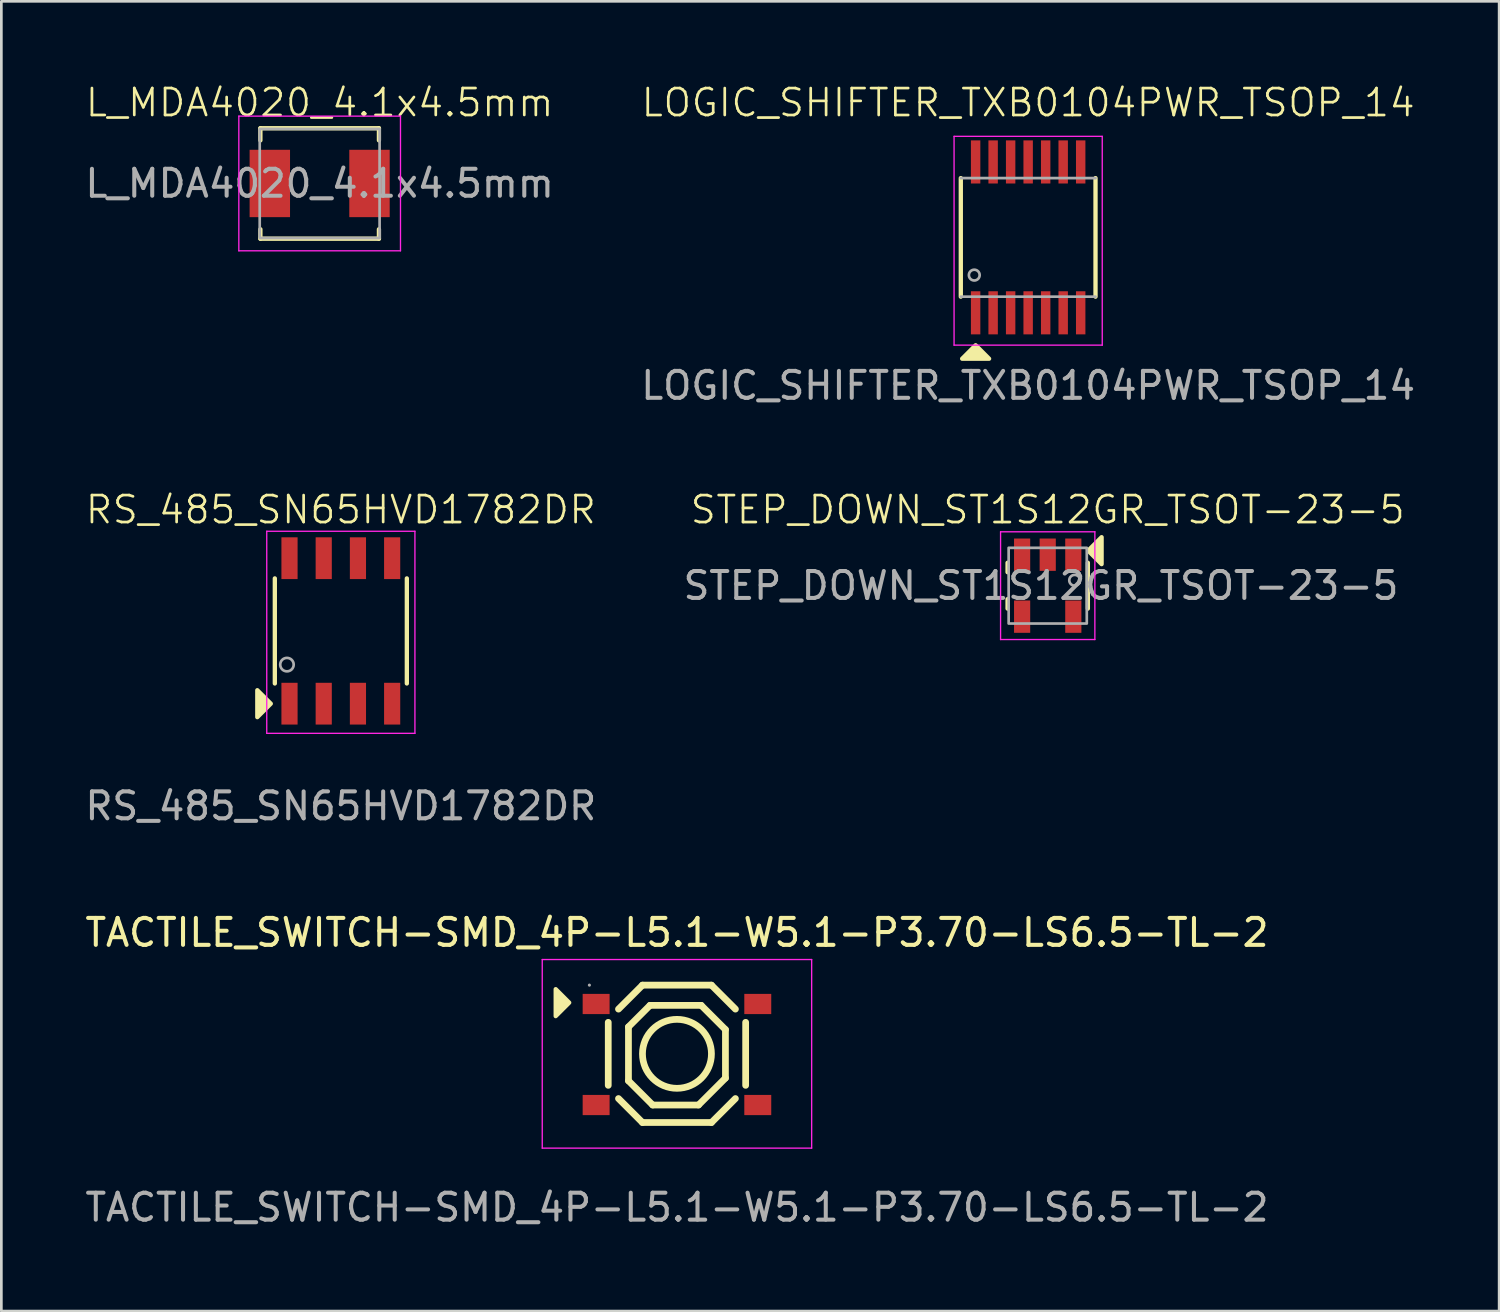
<source format=kicad_pcb>
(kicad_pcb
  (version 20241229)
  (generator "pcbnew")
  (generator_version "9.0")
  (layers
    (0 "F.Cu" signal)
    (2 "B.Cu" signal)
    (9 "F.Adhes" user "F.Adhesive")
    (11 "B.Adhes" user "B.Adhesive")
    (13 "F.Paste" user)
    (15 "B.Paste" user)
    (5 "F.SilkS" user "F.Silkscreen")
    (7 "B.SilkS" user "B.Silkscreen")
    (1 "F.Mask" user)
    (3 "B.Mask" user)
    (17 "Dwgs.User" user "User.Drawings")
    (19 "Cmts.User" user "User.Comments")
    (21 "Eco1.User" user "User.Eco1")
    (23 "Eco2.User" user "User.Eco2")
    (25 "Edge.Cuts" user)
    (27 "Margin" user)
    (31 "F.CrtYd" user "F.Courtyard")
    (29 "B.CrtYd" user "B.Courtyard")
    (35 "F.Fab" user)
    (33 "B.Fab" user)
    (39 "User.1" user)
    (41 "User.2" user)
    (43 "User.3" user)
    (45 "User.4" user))
  (footprint "RS_485_SN65HVD1782DR"
    (layer "F.Cu")
    (at 9.601 20.369)
    (property "Reference" "RS_485_SN65HVD1782DR" (at 0 -4.5 0) (unlocked yes) (layer "F.SilkS") (effects (font (size 1 1) (thickness 0.1))))
    (attr smd)
    (fp_line (start -2.45 -1.95) (end -2.45 1.95) (stroke (width 0.16) (type default)) (layer "F.SilkS"))
    (fp_line (start 2.45 -1.95) (end 2.45 1.95) (stroke (width 0.16) (type default)) (layer "F.SilkS"))
    (fp_poly (pts (xy -3.1 2.2) (xy -2.6 2.7) (xy -3.1 3.2)) (stroke (width 0.16) (type solid)) (fill yes) (layer "F.SilkS"))
    (fp_line (start -2.75 -3.7) (end 2.75 -3.7) (stroke (width 0.05) (type default)) (layer "F.CrtYd"))
    (fp_line (start -2.75 3.8) (end -2.75 -3.7) (stroke (width 0.05) (type default)) (layer "F.CrtYd"))
    (fp_line (start 2.75 -3.7) (end 2.75 3.8) (stroke (width 0.05) (type default)) (layer "F.CrtYd"))
    (fp_line (start 2.75 3.8) (end -2.75 3.8) (stroke (width 0.05) (type default)) (layer "F.CrtYd"))
    (fp_circle (center -2 1.25) (end -1.75 1.25) (stroke (width 0.1) (type default)) (fill no) (layer "F.Fab"))
    (fp_text user "${REFERENCE}" (at 0 6.5 0) (unlocked yes) (layer "F.Fab") (effects (font (size 1 1) (thickness 0.15))))
    (dimension (type aligned) (layer "User.1") (pts (xy 11.806 16.894) (xy 11.206 16.894)) (height 0.525) (format (prefix "") (suffix "") (units 3) (units_format 1) (precision 4)) (style (thickness 0.01) (arrow_length 0.01) (text_position_mode 2) (arrow_direction outward) (extension_height 0) (extension_offset 0) (keep_text_aligned yes)) (gr_text "0.6000 mm" (at 11.601 16.119 0) (layer "User.1") (effects (font (size 0.1 0.1) (thickness 0.15)))))
    (dimension (type aligned) (layer "User.1") (pts (xy 7.696 17.669) (xy 7.696 23.069)) (height 1.595) (format (prefix "") (suffix "") (units 3) (units_format 1) (precision 4)) (style (thickness 0.01) (arrow_length 0.01) (text_position_mode 2) (arrow_direction outward) (extension_height 0) (extension_offset 0) (keep_text_aligned yes)) (gr_text "5.4000 mm" (at 5.851 19.619 90) (layer "User.1") (effects (font (size 0.1 0.1) (thickness 0.15)))))
    (dimension (type aligned) (layer "User.1") (pts (xy 8.966 17.669) (xy 7.696 17.669)) (height 1.1) (format (prefix "") (suffix "") (units 3) (units_format 1) (precision 4)) (style (thickness 0.01) (arrow_length 0.01) (text_position_mode 2) (arrow_direction outward) (extension_height 0) (extension_offset 0) (keep_text_aligned yes)) (gr_text "1.2700 mm" (at 8.351 16.569 0) (layer "User.1") (effects (font (size 0.1 0.1) (thickness 0.15)))))
    (dimension (type aligned) (layer "User.1") (pts (xy 11.806 18.444) (xy 11.806 16.894)) (height 1.595) (format (prefix "") (suffix "") (units 3) (units_format 1) (precision 4)) (style (thickness 0.01) (arrow_length 0.01) (text_position_mode 2) (arrow_direction outward) (extension_height 0) (extension_offset 0) (keep_text_aligned yes)) (gr_text "1.5500 mm" (at 13.351 17.619 90) (layer "User.1") (effects (font (size 0.1 0.1) (thickness 0.15)))))
    (pad "1" smd rect (at -1.905 2.7) (size 0.6 1.55) (layers "F.Cu" "F.Mask" "F.Paste"))
    (pad "2" smd rect (at -0.635 2.7) (size 0.6 1.55) (layers "F.Cu" "F.Mask" "F.Paste"))
    (pad "3" smd rect (at 0.635 2.7) (size 0.6 1.55) (layers "F.Cu" "F.Mask" "F.Paste"))
    (pad "4" smd rect (at 1.905 2.7) (size 0.6 1.55) (layers "F.Cu" "F.Mask" "F.Paste"))
    (pad "5" smd rect (at 1.905 -2.7) (size 0.6 1.55) (layers "F.Cu" "F.Mask" "F.Paste"))
    (pad "6" smd rect (at 0.635 -2.7) (size 0.6 1.55) (layers "F.Cu" "F.Mask" "F.Paste"))
    (pad "7" smd rect (at -0.635 -2.7) (size 0.6 1.55) (layers "F.Cu" "F.Mask" "F.Paste"))
    (pad "8" smd rect (at -1.905 -2.7) (size 0.6 1.55) (layers "F.Cu" "F.Mask" "F.Paste")))
  (footprint "LOGIC_SHIFTER_TXB0104PWR_TSOP_14"
    (layer "F.Cu")
    (at 35.113 5.761)
    (property "Reference" "LOGIC_SHIFTER_TXB0104PWR_TSOP_14" (at 0 -5 0) (unlocked yes) (layer "F.SilkS") (effects (font (size 1 1) (thickness 0.1))))
    (attr smd)
    (fp_line (start -2.5 -2.2) (end -2.5 2.2) (stroke (width 0.16) (type default)) (layer "F.SilkS"))
    (fp_line (start 2.5 -2.2) (end 2.5 2.2) (stroke (width 0.16) (type default)) (layer "F.SilkS"))
    (fp_poly (pts (xy -2.45 4.504) (xy -1.95 4.004) (xy -1.45 4.504)) (stroke (width 0.16) (type solid)) (fill yes) (layer "F.SilkS"))
    (fp_line (start -2.75 -3.75) (end 2.75 -3.75) (stroke (width 0.05) (type default)) (layer "F.CrtYd"))
    (fp_line (start -2.75 4) (end -2.75 -3.75) (stroke (width 0.05) (type default)) (layer "F.CrtYd"))
    (fp_line (start 2.75 -3.75) (end 2.75 4) (stroke (width 0.05) (type default)) (layer "F.CrtYd"))
    (fp_line (start 2.75 4) (end -2.75 4) (stroke (width 0.05) (type default)) (layer "F.CrtYd"))
    (fp_line (start -2.5 -2.2) (end 2.5 -2.2) (stroke (width 0.1) (type default)) (layer "F.Fab"))
    (fp_line (start -2.5 2.2) (end 2.5 2.2) (stroke (width 0.1) (type default)) (layer "F.Fab"))
    (fp_circle (center -2 1.4) (end -1.8 1.4) (stroke (width 0.1) (type default)) (fill no) (layer "F.Fab"))
    (fp_text user "${REFERENCE}" (at 0 5.5 0) (unlocked yes) (layer "F.Fab") (effects (font (size 1 1) (thickness 0.15))))
    (dimension (type aligned) (layer "User.1") (pts (xy 33.163 2.961) (xy 33.163 8.56)) (height 1.05) (format (prefix "") (suffix "") (units 3) (units_format 1) (precision 4) (suppress_zeroes yes)) (style (thickness 0.01) (arrow_length 0.01) (text_position_mode 2) (arrow_direction outward) (extension_height 0) (extension_offset 0) (keep_text_aligned yes)) (gr_text "5.6 mm" (at 32.113 5.761 90) (layer "User.1") (effects (font (size 0.1 0.1) (thickness 0.15)))))
    (dimension (type aligned) (layer "User.1") (pts (xy 32.838 2.16) (xy 32.838 3.76)) (height 0.175) (format (prefix "") (suffix "") (units 3) (units_format 1) (precision 4) (suppress_zeroes yes)) (style (thickness 0.01) (arrow_length 0.01) (text_position_mode 2) (arrow_direction outward) (extension_height 0) (extension_offset 0) (keep_text_aligned yes)) (gr_text "1.6 mm" (at 32.663 2.861 90) (layer "User.1") (effects (font (size 0.1 0.1) (thickness 0.15)))))
    (dimension (type aligned) (layer "User.1") (pts (xy 34.463 3.061) (xy 35.113 3.061)) (height -1.2) (format (prefix "") (suffix "") (units 3) (units_format 1) (precision 2) (suppress_zeroes yes)) (style (thickness 0.01) (arrow_length 0.01) (text_position_mode 0) (arrow_direction outward) (extension_height 0) (extension_offset 0) (keep_text_aligned yes)) (gr_text "0.65 mm" (at 34.788 1.736 0) (layer "User.1") (effects (font (size 0.1 0.1) (thickness 0.15)))))
    (dimension (type aligned) (layer "User.1") (pts (xy 32.988 2.26) (xy 33.338 2.26)) (height -0.4) (format (prefix "") (suffix "") (units 3) (units_format 1) (precision 2)) (style (thickness 0.01) (arrow_length 0.01) (text_position_mode 2) (arrow_direction outward) (extension_height 0) (extension_offset 0) (keep_text_aligned yes)) (gr_text "0.35 mm" (at 33.213 1.76 0) (layer "User.1") (effects (font (size 0.1 0.1) (thickness 0.15)))))
    (pad "1" smd rect (at -1.95 2.8) (size 0.35 1.6) (layers "F.Cu" "F.Mask" "F.Paste"))
    (pad "2" smd rect (at -1.3 2.8) (size 0.35 1.6) (layers "F.Cu" "F.Mask" "F.Paste"))
    (pad "3" smd rect (at -0.65 2.8) (size 0.35 1.6) (layers "F.Cu" "F.Mask" "F.Paste"))
    (pad "4" smd rect (at 0 2.8) (size 0.35 1.6) (layers "F.Cu" "F.Mask" "F.Paste"))
    (pad "5" smd rect (at 0.65 2.8) (size 0.35 1.6) (layers "F.Cu" "F.Mask" "F.Paste"))
    (pad "6" smd rect (at 1.3 2.8) (size 0.35 1.6) (layers "F.Cu" "F.Mask" "F.Paste"))
    (pad "7" smd rect (at 1.95 2.8) (size 0.35 1.6) (layers "F.Cu" "F.Mask" "F.Paste"))
    (pad "8" smd rect (at 1.95 -2.8) (size 0.35 1.6) (layers "F.Cu" "F.Mask" "F.Paste"))
    (pad "9" smd rect (at 1.3 -2.8) (size 0.35 1.6) (layers "F.Cu" "F.Mask" "F.Paste"))
    (pad "10" smd rect (at 0.65 -2.8) (size 0.35 1.6) (layers "F.Cu" "F.Mask" "F.Paste"))
    (pad "11" smd rect (at 0 -2.8) (size 0.35 1.6) (layers "F.Cu" "F.Mask" "F.Paste"))
    (pad "12" smd rect (at -0.65 -2.8) (size 0.35 1.6) (layers "F.Cu" "F.Mask" "F.Paste"))
    (pad "13" smd rect (at -1.3 -2.8) (size 0.35 1.6) (layers "F.Cu" "F.Mask" "F.Paste"))
    (pad "14" smd rect (at -1.95 -2.8) (size 0.35 1.6) (layers "F.Cu" "F.Mask" "F.Paste")))
  (footprint "STEP_DOWN_ST1S12GR_TSOT-23-5"
    (layer "F.Cu")
    (at 35.839 18.689)
    (property "Reference" "STEP_DOWN_ST1S12GR_TSOT-23-5" (at 0 -2.82 0) (unlocked yes) (layer "F.SilkS") (effects (font (size 1 1) (thickness 0.1))))
    (attr smd)
    (fp_line (start -1.49 -0.85) (end -1.49 -0.5) (stroke (width 0.16) (type default)) (layer "F.SilkS"))
    (fp_line (start -1.49 0.5) (end -1.49 0.85) (stroke (width 0.16) (type default)) (layer "F.SilkS"))
    (fp_line (start 1.49 -0.85) (end 1.49 0.85) (stroke (width 0.16) (type default)) (layer "F.SilkS"))
    (fp_poly (pts (xy 2 -0.8) (xy 1.5 -1.3) (xy 2 -1.8)) (stroke (width 0.16) (type solid)) (fill yes) (layer "F.SilkS"))
    (fp_line (start -1.75 -2) (end 1.75 -2) (stroke (width 0.05) (type default)) (layer "F.CrtYd"))
    (fp_line (start -1.75 2) (end -1.75 -2) (stroke (width 0.05) (type default)) (layer "F.CrtYd"))
    (fp_line (start 1.75 -2) (end 1.75 2) (stroke (width 0.05) (type default)) (layer "F.CrtYd"))
    (fp_line (start 1.75 2) (end -1.75 2) (stroke (width 0.05) (type default)) (layer "F.CrtYd"))
    (fp_rect (start -1.45 -1.405) (end 1.45 1.405) (stroke (width 0.1) (type default)) (fill no) (layer "F.Fab"))
    (fp_circle (center 1 -0.2) (end 1.2 -0.2) (stroke (width 0.1) (type default)) (fill no) (layer "F.Fab"))
    (fp_text user "${REFERENCE}" (at -0.25 0 0) (unlocked yes) (layer "F.Fab") (effects (font (size 1 1) (thickness 0.15))))
    (dimension (type aligned) (layer "User.1") (pts (xy 34.889 16.939) (xy 35.839 16.939)) (height -0.05) (format (prefix "") (suffix "") (units 3) (units_format 1) (precision 4)) (style (thickness 0.01) (arrow_length 0.01) (text_position_mode 2) (arrow_direction outward) (extension_height 0) (extension_offset 0) (keep_text_aligned yes)) (gr_text "0.9500 mm" (at 35.439 16.789 0) (layer "User.1") (effects (font (size 0.1 0.1) (thickness 0.15)))))
    (dimension (type aligned) (layer "User.1") (pts (xy 36.489 16.939) (xy 37.089 16.939)) (height -0.05) (format (prefix "") (suffix "") (units 3) (units_format 1) (precision 4)) (style (thickness 0.01) (arrow_length 0.01) (text_position_mode 2) (arrow_direction outward) (extension_height 0) (extension_offset 0) (keep_text_aligned yes)) (gr_text "0.6000 mm" (at 36.839 16.789 0) (layer "User.1") (effects (font (size 0.1 0.1) (thickness 0.15)))))
    (dimension (type aligned) (layer "User.1") (pts (xy 37.089 18.139) (xy 37.089 19.239)) (height -0.62) (format (prefix "") (suffix "") (units 3) (units_format 1) (precision 4)) (style (thickness 0.01) (arrow_length 0.01) (text_position_mode 2) (arrow_direction outward) (extension_height 0) (extension_offset 0) (keep_text_aligned yes)) (gr_text "1.1000 mm" (at 37.718 18.688 90) (layer "User.1") (effects (font (size 0.1 0.1) (thickness 0.15)))))
    (dimension (type aligned) (layer "User.1") (pts (xy 34.889 19.839) (xy 34.889 17.539)) (height -0.88) (format (prefix "") (suffix "") (units 3) (units_format 1) (precision 4)) (style (thickness 0.01) (arrow_length 0.01) (text_position_mode 2) (arrow_direction outward) (extension_height 0) (extension_offset 0) (keep_text_aligned yes)) (gr_text "2.3000 mm" (at 33.999 18.689 90) (layer "User.1") (effects (font (size 0.1 0.1) (thickness 0.15)))))
    (dimension (type aligned) (layer "User.1") (pts (xy 34.889 20.439) (xy 34.889 16.939)) (height -1.05) (format (prefix "") (suffix "") (units 3) (units_format 1) (precision 4)) (style (thickness 0.01) (arrow_length 0.01) (text_position_mode 2) (arrow_direction outward) (extension_height 0) (extension_offset 0) (keep_text_aligned yes)) (gr_text "3.5000 mm" (at 33.839 18.689 90) (layer "User.1") (effects (font (size 0.1 0.1) (thickness 0.15)))))
    (dimension (type aligned) (layer "User.1") (pts (xy 37.089 16.939) (xy 37.089 18.139)) (height 0.75) (format (prefix "") (suffix "") (units 3) (units_format 1) (precision 4)) (style (thickness 0.01) (arrow_length 0.01) (text_position_mode 2) (arrow_direction outward) (extension_height 0) (extension_offset 0) (keep_text_aligned yes)) (gr_text "1.2000 mm" (at 36.339 17.489 90) (layer "User.1") (effects (font (size 0.1 0.1) (thickness 0.15)))))
    (pad "1" smd rect (at 0.95 -1.15) (size 0.6 1.2) (layers "F.Cu" "F.Mask" "F.Paste"))
    (pad "2" smd rect (at 0 -1.15) (size 0.6 1.2) (layers "F.Cu" "F.Mask" "F.Paste"))
    (pad "3" smd rect (at -0.95 -1.15) (size 0.6 1.2) (layers "F.Cu" "F.Mask" "F.Paste"))
    (pad "4" smd rect (at -0.95 1.15) (size 0.6 1.2) (layers "F.Cu" "F.Mask" "F.Paste"))
    (pad "5" smd rect (at 0.95 1.15) (size 0.6 1.2) (layers "F.Cu" "F.Mask" "F.Paste")))
  (footprint "L_MDA4020_4.1x4.5mm"
    (layer "F.Cu")
    (at 8.815 3.76)
    (property "Reference" "L_MDA4020_4.1x4.5mm" (at 0 -3 0) (unlocked yes) (layer "F.SilkS") (effects (font (size 1 1) (thickness 0.1))))
    (attr smd)
    (fp_line (start -2.2 -2.05) (end -2.2 -1.6) (stroke (width 0.16) (type default)) (layer "F.SilkS"))
    (fp_line (start -2.2 -2.05) (end 2.2 -2.05) (stroke (width 0.16) (type default)) (layer "F.SilkS"))
    (fp_line (start -2.2 1.7) (end -2.2 2.05) (stroke (width 0.16) (type default)) (layer "F.SilkS"))
    (fp_line (start -2.2 2.05) (end 2.2 2.05) (stroke (width 0.16) (type default)) (layer "F.SilkS"))
    (fp_line (start 2.2 -2.05) (end 2.2 -1.6) (stroke (width 0.16) (type default)) (layer "F.SilkS"))
    (fp_line (start 2.2 1.7) (end 2.2 2.05) (stroke (width 0.16) (type default)) (layer "F.SilkS"))
    (fp_line (start -3 -2.5) (end 3 -2.5) (stroke (width 0.05) (type default)) (layer "F.CrtYd"))
    (fp_line (start -3 2.5) (end -3 -2.5) (stroke (width 0.05) (type default)) (layer "F.CrtYd"))
    (fp_line (start 3 -2.5) (end 3 2.5) (stroke (width 0.05) (type default)) (layer "F.CrtYd"))
    (fp_line (start 3 2.5) (end -3 2.5) (stroke (width 0.05) (type default)) (layer "F.CrtYd"))
    (fp_rect (start -2.225 -2.025) (end 2.225 2.025) (stroke (width 0.1) (type default)) (fill no) (layer "F.Fab"))
    (fp_text user "${REFERENCE}" (at 0 0 0) (unlocked yes) (layer "F.Fab") (effects (font (size 1 1) (thickness 0.15))))
    (dimension (type aligned) (layer "User.1") (pts (xy 6.215 2.51) (xy 11.415 2.51)) (height -0.1) (format (prefix "") (suffix "") (units 3) (units_format 1) (precision 4)) (style (thickness 0.01) (arrow_length 0.01) (text_position_mode 2) (arrow_direction outward) (extension_height 0) (extension_offset 0) (keep_text_aligned yes)) (gr_text "5.2000 mm" (at 8.365 2.16 0) (layer "User.1") (effects (font (size 0.1 0.1) (thickness 0.15)))))
    (dimension (type aligned) (layer "User.1") (pts (xy 9.915 5.011) (xy 7.715 5.011)) (height -0.1) (format (prefix "") (suffix "") (units 3) (units_format 1) (precision 4)) (style (thickness 0.01) (arrow_length 0.01) (text_position_mode 2) (arrow_direction outward) (extension_height 0) (extension_offset 0) (keep_text_aligned yes)) (gr_text "2.2000 mm" (at 8.815 5.261 0) (layer "User.1") (effects (font (size 0.1 0.1) (thickness 0.15)))))
    (dimension (type aligned) (layer "User.1") (pts (xy 11.415 2.51) (xy 11.415 5.011)) (height -0.1) (format (prefix "") (suffix "") (units 3) (units_format 1) (precision 4)) (style (thickness 0.01) (arrow_length 0.01) (text_position_mode 2) (arrow_direction outward) (extension_height 0) (extension_offset 0) (keep_text_aligned yes)) (gr_text "2.5000 mm" (at 11.565 3.811 90) (layer "User.1") (effects (font (size 0.1 0.1) (thickness 0.15)))))
    (pad "1" smd rect (at -1.85 0) (size 1.5 2.5) (layers "F.Cu" "F.Mask" "F.Paste"))
    (pad "2" smd rect (at 1.85 0) (size 1.5 2.5) (layers "F.Cu" "F.Mask" "F.Paste")))
  (footprint "TACTILE_SWITCH-SMD_4P-L5.1-W5.1-P3.70-LS6.5-TL-2"
    (layer "F.Cu")
    (at 22.077 36.066)
    (property "Reference" "TACTILE_SWITCH-SMD_4P-L5.1-W5.1-P3.70-LS6.5-TL-2" (at 0 -4.5 0) (layer "F.SilkS") (effects (font (size 1 1) (thickness 0.15))))
    (attr smd)
    (fp_line (start -2.55 -1.17) (end -2.55 1.17) (stroke (width 0.25) (type solid)) (layer "F.SilkS"))
    (fp_line (start -2.17 1.66) (end -1.28 2.55) (stroke (width 0.25) (type solid)) (layer "F.SilkS"))
    (fp_line (start -1.8 -1) (end -1 -1.8) (stroke (width 0.25) (type solid)) (layer "F.SilkS"))
    (fp_line (start -1.8 1) (end -1.8 -1) (stroke (width 0.25) (type solid)) (layer "F.SilkS"))
    (fp_line (start -1.28 -2.55) (end -2.17 -1.66) (stroke (width 0.25) (type solid)) (layer "F.SilkS"))
    (fp_line (start -1.28 -2.55) (end 1.28 -2.55) (stroke (width 0.25) (type solid)) (layer "F.SilkS"))
    (fp_line (start -1.28 2.55) (end 1.28 2.55) (stroke (width 0.25) (type solid)) (layer "F.SilkS"))
    (fp_line (start -1 -1.8) (end 0.9 -1.8) (stroke (width 0.25) (type solid)) (layer "F.SilkS"))
    (fp_line (start -0.9 1.9) (end -1.8 1) (stroke (width 0.25) (type solid)) (layer "F.SilkS"))
    (fp_line (start 0.8 1.9) (end -0.9 1.9) (stroke (width 0.25) (type solid)) (layer "F.SilkS"))
    (fp_line (start 0.9 -1.8) (end 1.8 -0.9) (stroke (width 0.25) (type solid)) (layer "F.SilkS"))
    (fp_line (start 1.28 -2.55) (end 2.17 -1.66) (stroke (width 0.25) (type solid)) (layer "F.SilkS"))
    (fp_line (start 1.8 -0.9) (end 1.8 0.9) (stroke (width 0.25) (type solid)) (layer "F.SilkS"))
    (fp_line (start 1.8 0.9) (end 0.8 1.9) (stroke (width 0.25) (type solid)) (layer "F.SilkS"))
    (fp_line (start 2.17 1.66) (end 1.28 2.55) (stroke (width 0.25) (type solid)) (layer "F.SilkS"))
    (fp_line (start 2.55 -1.17) (end 2.55 1.17) (stroke (width 0.25) (type solid)) (layer "F.SilkS"))
    (fp_circle (center 0 0) (end 1.28 0) (stroke (width 0.25) (type solid)) (fill no) (layer "F.SilkS"))
    (fp_poly (pts (xy -4.5 -2.4) (xy -4 -1.9) (xy -4.5 -1.4)) (stroke (width 0.16) (type solid)) (fill yes) (layer "F.SilkS"))
    (fp_line (start -5 -3.5) (end 5 -3.5) (stroke (width 0.05) (type default)) (layer "F.CrtYd"))
    (fp_line (start -5 3.5) (end -5 -3.5) (stroke (width 0.05) (type default)) (layer "F.CrtYd"))
    (fp_line (start 5 -3.5) (end 5 3.5) (stroke (width 0.05) (type default)) (layer "F.CrtYd"))
    (fp_line (start 5 3.5) (end -5 3.5) (stroke (width 0.05) (type default)) (layer "F.CrtYd"))
    (fp_circle (center -3.25 -2.55) (end -3.22 -2.55) (stroke (width 0.06) (type solid)) (fill no) (layer "F.Fab"))
    (fp_text user "${REFERENCE}" (at 0 5.7 0) (layer "F.Fab") (effects (font (size 1 1) (thickness 0.15))))
    (dimension (type aligned) (layer "User.1") (pts (xy 18.577 33.841) (xy 25.577 33.841)) (height -0.95) (format (prefix "") (suffix "") (units 3) (units_format 1) (precision 4)) (style (thickness 0.01) (arrow_length 0.01) (text_position_mode 2) (arrow_direction outward) (extension_height 0) (extension_offset 0) (keep_text_aligned yes)) (gr_text "7.0000 mm" (at 22.077 32.866 0) (layer "User.1") (effects (font (size 0.1 0.1) (thickness 0.15)))))
    (dimension (type aligned) (layer "User.1") (pts (xy 18.577 34.591) (xy 18.577 33.841)) (height -0.05) (format (prefix "") (suffix "") (units 3) (units_format 1) (precision 4)) (style (thickness 0.01) (arrow_length 0.01) (text_position_mode 2) (arrow_direction outward) (extension_height 0) (extension_offset 0) (keep_text_aligned yes)) (gr_text "0.7500 mm" (at 18.477 34.166 90) (layer "User.1") (effects (font (size 0.1 0.1) (thickness 0.15)))))
    (dimension (type aligned) (layer "User.1") (pts (xy 25.577 34.591) (xy 25.577 37.591)) (height -0.4) (format (prefix "") (suffix "") (units 3) (units_format 1) (precision 4)) (style (thickness 0.01) (arrow_length 0.01) (text_position_mode 2) (arrow_direction outward) (extension_height 0) (extension_offset 0) (keep_text_aligned yes)) (gr_text "3.0000 mm" (at 25.977 36.066 90) (layer "User.1") (effects (font (size 0.1 0.1) (thickness 0.15)))))
    (dimension (type aligned) (layer "User.1") (pts (xy 18.577 33.841) (xy 19.577 33.841)) (height -0.05) (format (prefix "") (suffix "") (units 3) (units_format 1) (precision 4)) (style (thickness 0.01) (arrow_length 0.01) (text_position_mode 2) (arrow_direction outward) (extension_height 0) (extension_offset 0) (keep_text_aligned yes)) (gr_text "1.0000 mm" (at 19.077 33.766 0) (layer "User.1") (effects (font (size 0.1 0.1) (thickness 0.15)))))
    (dimension (type aligned) (layer "User.1") (pts (xy 19.577 34.216) (xy 24.577 34.216)) (height -0.95) (format (prefix "") (suffix "") (units 3) (units_format 1) (precision 4)) (style (thickness 0.01) (arrow_length 0.01) (text_position_mode 2) (arrow_direction outward) (extension_height 0) (extension_offset 0) (keep_text_aligned yes)) (gr_text "5.0000 mm" (at 22.077 33.266 0) (layer "User.1") (effects (font (size 0.1 0.1) (thickness 0.15)))))
    (dimension (type aligned) (layer "User.1") (pts (xy 25.577 33.841) (xy 25.577 38.341)) (height -0.95) (format (prefix "") (suffix "") (units 3) (units_format 1) (precision 4)) (style (thickness 0.01) (arrow_length 0.01) (text_position_mode 2) (arrow_direction outward) (extension_height 0) (extension_offset 0) (keep_text_aligned yes)) (gr_text "4.5000 mm" (at 26.577 35.966 90) (layer "User.1") (effects (font (size 0.1 0.1) (thickness 0.15)))))
    (pad "1" smd rect (at -3 -1.85) (size 1 0.75) (layers "F.Cu" "F.Mask" "F.Paste"))
    (pad "1" smd rect (at 3 -1.85) (size 1 0.75) (layers "F.Cu" "F.Mask" "F.Paste"))
    (pad "2" smd rect (at -3 1.9) (size 1 0.75) (layers "F.Cu" "F.Mask" "F.Paste"))
    (pad "2" smd rect (at 3 1.9) (size 1 0.75) (layers "F.Cu" "F.Mask" "F.Paste")))
  (gr_rect
    (start -3 -3)
    (end 52.595 45.614)
    (stroke (width 0.1) (type default))
    (fill no)
    (layer "Edge.Cuts")))
</source>
